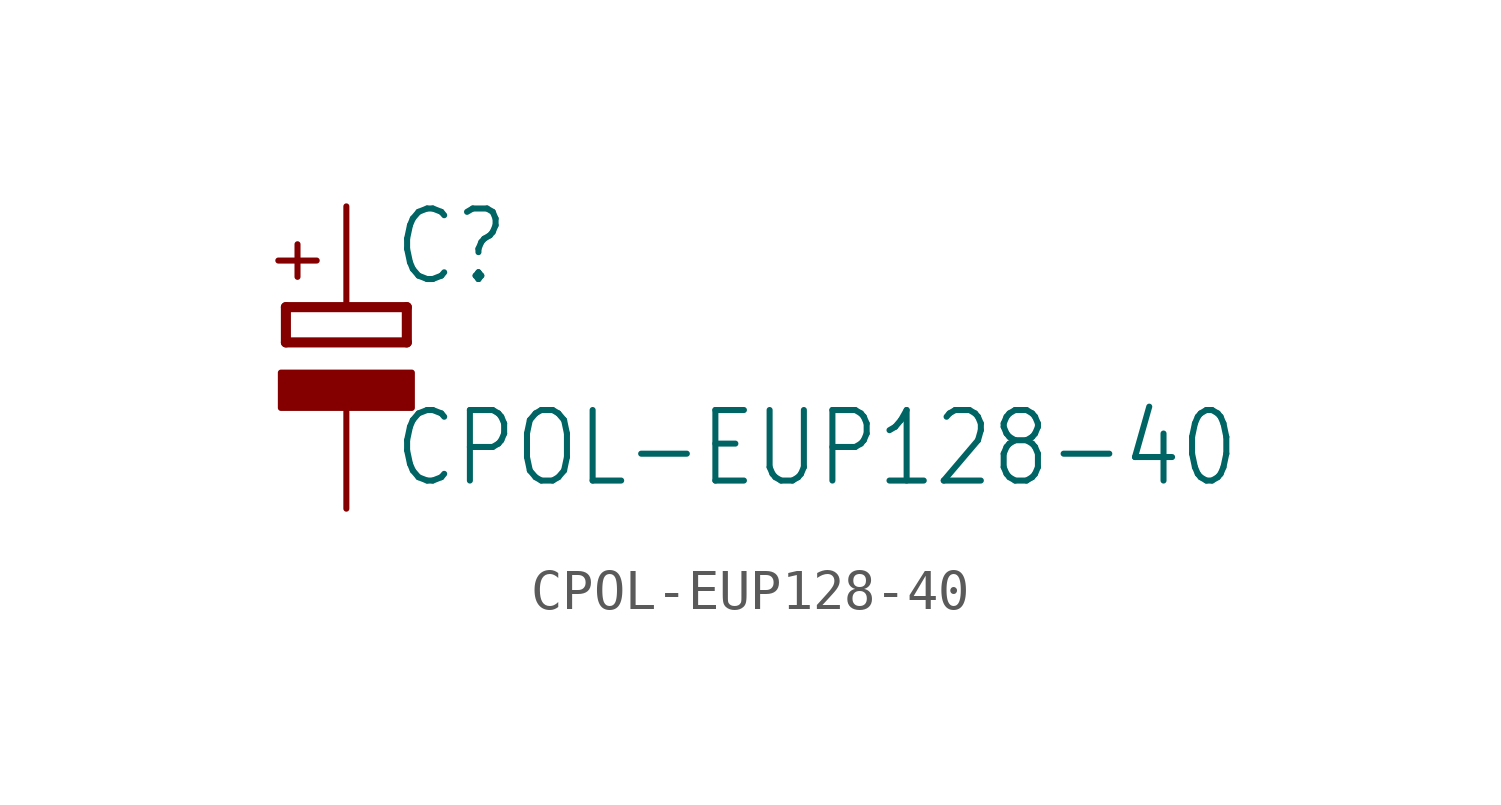
<source format=kicad_sym>
(kicad_symbol_lib
  (version 20210619)
  (generator kicad_symbol_editor)
  (symbol "CPOL-EUP128-40"
    (property "Reference" "C"
      (at 1.143 0.483 0)
      (effects (font (size 1.778 1.511)) (justify left bottom)))
    (property "Value" "CPOL-EUP128-40"
      (at 1.143 -4.597 0)
      (effects (font (size 1.778 1.511)) (justify left bottom)))
    (property "ki_locked" ""
      (at 0 0 0)
      (effects (font (size 1.27 1.27))))
    (symbol "CPOL-EUP128-40_1_0"
      (text "+" (at -0.584 0.406 900) (effects (font (size 1.27 1.079)) (justify left bottom)))
      (rectangle (start -1.651 -2.54) (end 1.651 -1.651) (stroke (width 0)) (fill (type outline)))
      (polyline (pts (xy -1.524 -0.889) (xy 1.524 -0.889)) (stroke (width 0.254)) (fill (type none)))
      (polyline (pts (xy -1.524 0) (xy -1.524 -0.889)) (stroke (width 0.254)) (fill (type none)))
      (polyline (pts (xy -1.524 0) (xy 1.524 0)) (stroke (width 0.254)) (fill (type none)))
      (polyline (pts (xy 1.524 -0.889) (xy 1.524 0)) (stroke (width 0.254)) (fill (type none)))
      (pin passive line (at 0 2.54 270) (length 2.54) (name "+" (effects (font (size 0 0)))) (number "+" (effects (font (size 0 0)))))
      (pin passive line (at 0 -5.08 90) (length 2.54) (name "-" (effects (font (size 0 0)))) (number "-" (effects (font (size 0 0))))))))
</source>
